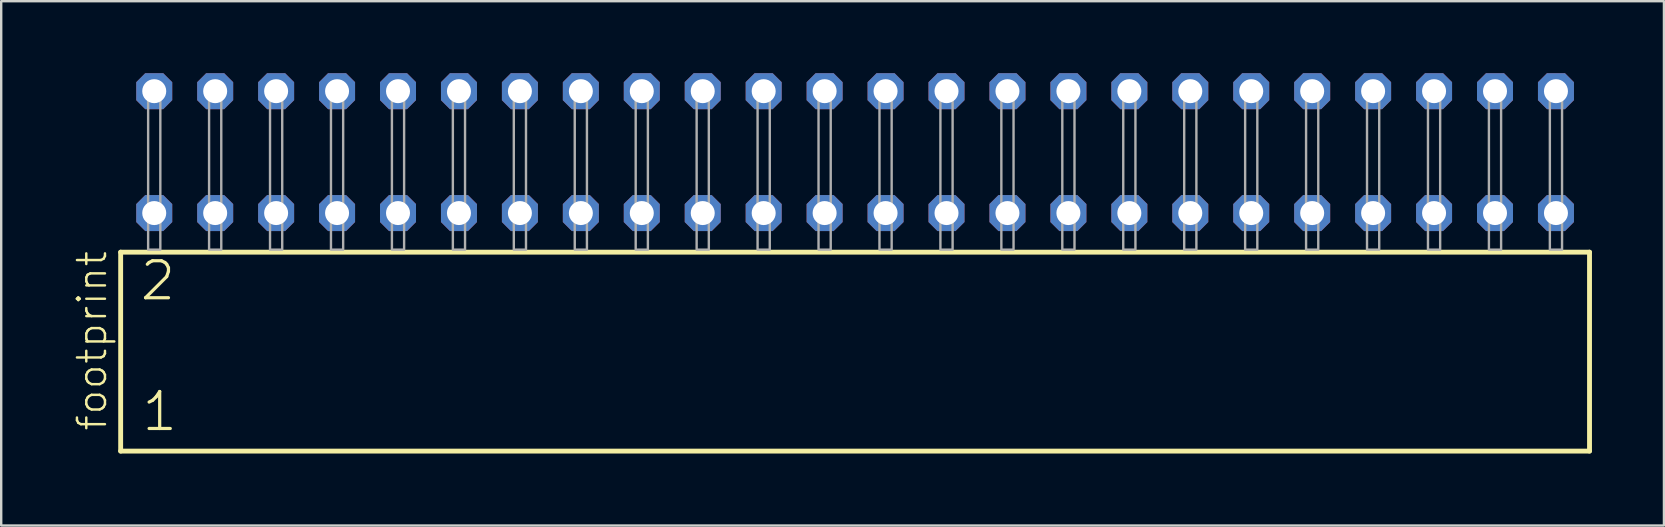
<source format=kicad_pcb>
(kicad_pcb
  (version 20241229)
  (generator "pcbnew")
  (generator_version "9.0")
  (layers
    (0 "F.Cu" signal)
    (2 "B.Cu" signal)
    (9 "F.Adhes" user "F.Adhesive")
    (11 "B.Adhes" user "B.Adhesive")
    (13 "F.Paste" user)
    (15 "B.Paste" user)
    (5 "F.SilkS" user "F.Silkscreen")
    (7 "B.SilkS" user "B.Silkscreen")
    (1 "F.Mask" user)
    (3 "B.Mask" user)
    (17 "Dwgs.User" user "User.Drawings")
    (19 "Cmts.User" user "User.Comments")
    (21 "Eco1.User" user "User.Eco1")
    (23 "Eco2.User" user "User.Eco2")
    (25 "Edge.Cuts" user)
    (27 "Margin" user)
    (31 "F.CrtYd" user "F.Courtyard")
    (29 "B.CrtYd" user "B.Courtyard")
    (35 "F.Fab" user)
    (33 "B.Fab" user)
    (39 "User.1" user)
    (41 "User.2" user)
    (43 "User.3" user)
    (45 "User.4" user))
  (footprint "footprint"
    (layer "F.Cu")
    (at 32.588 7.354)
    (property "Reference" "footprint" (at -31.115 7.62 90) (layer "F.SilkS") (effects (font (size 1.168 1.168) (thickness 0.102)) (justify left bottom)))
    (fp_line (start -30.609 0.106) (end -30.609 8.396) (stroke (width 0.203) (type solid)) (layer "F.SilkS"))
    (fp_line (start -30.609 8.396) (end 30.609 8.396) (stroke (width 0.203) (type solid)) (layer "F.SilkS"))
    (fp_line (start 30.609 0.106) (end -30.609 0.106) (stroke (width 0.203) (type solid)) (layer "F.SilkS"))
    (fp_line (start 30.609 8.396) (end 30.609 0.106) (stroke (width 0.203) (type solid)) (layer "F.SilkS"))
    (fp_poly (pts (xy -29.464 0) (xy -28.956 0) (xy -28.956 -6.858) (xy -29.464 -6.858)) (stroke (width 0.1) (type solid)) (fill no) (layer "F.Fab"))
    (fp_poly (pts (xy -26.924 0) (xy -26.416 0) (xy -26.416 -6.858) (xy -26.924 -6.858)) (stroke (width 0.1) (type solid)) (fill no) (layer "F.Fab"))
    (fp_poly (pts (xy -24.384 0) (xy -23.876 0) (xy -23.876 -6.858) (xy -24.384 -6.858)) (stroke (width 0.1) (type solid)) (fill no) (layer "F.Fab"))
    (fp_poly (pts (xy -21.844 0) (xy -21.336 0) (xy -21.336 -6.858) (xy -21.844 -6.858)) (stroke (width 0.1) (type solid)) (fill no) (layer "F.Fab"))
    (fp_poly (pts (xy -19.304 0) (xy -18.796 0) (xy -18.796 -6.858) (xy -19.304 -6.858)) (stroke (width 0.1) (type solid)) (fill no) (layer "F.Fab"))
    (fp_poly (pts (xy -16.764 0) (xy -16.256 0) (xy -16.256 -6.858) (xy -16.764 -6.858)) (stroke (width 0.1) (type solid)) (fill no) (layer "F.Fab"))
    (fp_poly (pts (xy -14.224 0) (xy -13.716 0) (xy -13.716 -6.858) (xy -14.224 -6.858)) (stroke (width 0.1) (type solid)) (fill no) (layer "F.Fab"))
    (fp_poly (pts (xy -11.684 0) (xy -11.176 0) (xy -11.176 -6.858) (xy -11.684 -6.858)) (stroke (width 0.1) (type solid)) (fill no) (layer "F.Fab"))
    (fp_poly (pts (xy -9.144 0) (xy -8.636 0) (xy -8.636 -6.858) (xy -9.144 -6.858)) (stroke (width 0.1) (type solid)) (fill no) (layer "F.Fab"))
    (fp_poly (pts (xy -6.604 0) (xy -6.096 0) (xy -6.096 -6.858) (xy -6.604 -6.858)) (stroke (width 0.1) (type solid)) (fill no) (layer "F.Fab"))
    (fp_poly (pts (xy -4.064 0) (xy -3.556 0) (xy -3.556 -6.858) (xy -4.064 -6.858)) (stroke (width 0.1) (type solid)) (fill no) (layer "F.Fab"))
    (fp_poly (pts (xy -1.524 0) (xy -1.016 0) (xy -1.016 -6.858) (xy -1.524 -6.858)) (stroke (width 0.1) (type solid)) (fill no) (layer "F.Fab"))
    (fp_poly (pts (xy 1.016 0) (xy 1.524 0) (xy 1.524 -6.858) (xy 1.016 -6.858)) (stroke (width 0.1) (type solid)) (fill no) (layer "F.Fab"))
    (fp_poly (pts (xy 3.556 0) (xy 4.064 0) (xy 4.064 -6.858) (xy 3.556 -6.858)) (stroke (width 0.1) (type solid)) (fill no) (layer "F.Fab"))
    (fp_poly (pts (xy 6.096 0) (xy 6.604 0) (xy 6.604 -6.858) (xy 6.096 -6.858)) (stroke (width 0.1) (type solid)) (fill no) (layer "F.Fab"))
    (fp_poly (pts (xy 8.636 0) (xy 9.144 0) (xy 9.144 -6.858) (xy 8.636 -6.858)) (stroke (width 0.1) (type solid)) (fill no) (layer "F.Fab"))
    (fp_poly (pts (xy 11.176 0) (xy 11.684 0) (xy 11.684 -6.858) (xy 11.176 -6.858)) (stroke (width 0.1) (type solid)) (fill no) (layer "F.Fab"))
    (fp_poly (pts (xy 13.716 0) (xy 14.224 0) (xy 14.224 -6.858) (xy 13.716 -6.858)) (stroke (width 0.1) (type solid)) (fill no) (layer "F.Fab"))
    (fp_poly (pts (xy 16.256 0) (xy 16.764 0) (xy 16.764 -6.858) (xy 16.256 -6.858)) (stroke (width 0.1) (type solid)) (fill no) (layer "F.Fab"))
    (fp_poly (pts (xy 18.796 0) (xy 19.304 0) (xy 19.304 -6.858) (xy 18.796 -6.858)) (stroke (width 0.1) (type solid)) (fill no) (layer "F.Fab"))
    (fp_poly (pts (xy 21.336 0) (xy 21.844 0) (xy 21.844 -6.858) (xy 21.336 -6.858)) (stroke (width 0.1) (type solid)) (fill no) (layer "F.Fab"))
    (fp_poly (pts (xy 23.876 0) (xy 24.384 0) (xy 24.384 -6.858) (xy 23.876 -6.858)) (stroke (width 0.1) (type solid)) (fill no) (layer "F.Fab"))
    (fp_poly (pts (xy 26.416 0) (xy 26.924 0) (xy 26.924 -6.858) (xy 26.416 -6.858)) (stroke (width 0.1) (type solid)) (fill no) (layer "F.Fab"))
    (fp_poly (pts (xy 28.956 0) (xy 29.464 0) (xy 29.464 -6.858) (xy 28.956 -6.858)) (stroke (width 0.1) (type solid)) (fill no) (layer "F.Fab"))
    (fp_text user "2" (at -29.88 2.2 0) (layer "F.SilkS") (effects (font (size 1.542 1.542) (thickness 0.134)) (justify left bottom)))
    (fp_text user "1" (at -29.805 7.65 0) (layer "F.SilkS") (effects (font (size 1.542 1.542) (thickness 0.134)) (justify left bottom)))
    (pad "1" thru_hole roundrect (at -29.21 -1.524) (size 1.5 1.5) (drill 1) (layers "*.Cu" "*.Mask") (roundrect_rratio 0.25) (chamfer_ratio 0.25) (chamfer top_left top_right bottom_left bottom_right))
    (pad "2" thru_hole roundrect (at -29.21 -6.604) (size 1.5 1.5) (drill 1) (layers "*.Cu" "*.Mask") (roundrect_rratio 0.25) (chamfer_ratio 0.25) (chamfer top_left top_right bottom_left bottom_right))
    (pad "3" thru_hole roundrect (at -26.67 -1.524) (size 1.5 1.5) (drill 1) (layers "*.Cu" "*.Mask") (roundrect_rratio 0.25) (chamfer_ratio 0.25) (chamfer top_left top_right bottom_left bottom_right))
    (pad "4" thru_hole roundrect (at -26.67 -6.604) (size 1.5 1.5) (drill 1) (layers "*.Cu" "*.Mask") (roundrect_rratio 0.25) (chamfer_ratio 0.25) (chamfer top_left top_right bottom_left bottom_right))
    (pad "5" thru_hole roundrect (at -24.13 -1.524) (size 1.5 1.5) (drill 1) (layers "*.Cu" "*.Mask") (roundrect_rratio 0.25) (chamfer_ratio 0.25) (chamfer top_left top_right bottom_left bottom_right))
    (pad "6" thru_hole roundrect (at -24.13 -6.604) (size 1.5 1.5) (drill 1) (layers "*.Cu" "*.Mask") (roundrect_rratio 0.25) (chamfer_ratio 0.25) (chamfer top_left top_right bottom_left bottom_right))
    (pad "7" thru_hole roundrect (at -21.59 -1.524) (size 1.5 1.5) (drill 1) (layers "*.Cu" "*.Mask") (roundrect_rratio 0.25) (chamfer_ratio 0.25) (chamfer top_left top_right bottom_left bottom_right))
    (pad "8" thru_hole roundrect (at -21.59 -6.604) (size 1.5 1.5) (drill 1) (layers "*.Cu" "*.Mask") (roundrect_rratio 0.25) (chamfer_ratio 0.25) (chamfer top_left top_right bottom_left bottom_right))
    (pad "9" thru_hole roundrect (at -19.05 -1.524) (size 1.5 1.5) (drill 1) (layers "*.Cu" "*.Mask") (roundrect_rratio 0.25) (chamfer_ratio 0.25) (chamfer top_left top_right bottom_left bottom_right))
    (pad "10" thru_hole roundrect (at -19.05 -6.604) (size 1.5 1.5) (drill 1) (layers "*.Cu" "*.Mask") (roundrect_rratio 0.25) (chamfer_ratio 0.25) (chamfer top_left top_right bottom_left bottom_right))
    (pad "11" thru_hole roundrect (at -16.51 -1.524) (size 1.5 1.5) (drill 1) (layers "*.Cu" "*.Mask") (roundrect_rratio 0.25) (chamfer_ratio 0.25) (chamfer top_left top_right bottom_left bottom_right))
    (pad "12" thru_hole roundrect (at -16.51 -6.604) (size 1.5 1.5) (drill 1) (layers "*.Cu" "*.Mask") (roundrect_rratio 0.25) (chamfer_ratio 0.25) (chamfer top_left top_right bottom_left bottom_right))
    (pad "13" thru_hole roundrect (at -13.97 -1.524) (size 1.5 1.5) (drill 1) (layers "*.Cu" "*.Mask") (roundrect_rratio 0.25) (chamfer_ratio 0.25) (chamfer top_left top_right bottom_left bottom_right))
    (pad "14" thru_hole roundrect (at -13.97 -6.604) (size 1.5 1.5) (drill 1) (layers "*.Cu" "*.Mask") (roundrect_rratio 0.25) (chamfer_ratio 0.25) (chamfer top_left top_right bottom_left bottom_right))
    (pad "15" thru_hole roundrect (at -11.43 -1.524) (size 1.5 1.5) (drill 1) (layers "*.Cu" "*.Mask") (roundrect_rratio 0.25) (chamfer_ratio 0.25) (chamfer top_left top_right bottom_left bottom_right))
    (pad "16" thru_hole roundrect (at -11.43 -6.604) (size 1.5 1.5) (drill 1) (layers "*.Cu" "*.Mask") (roundrect_rratio 0.25) (chamfer_ratio 0.25) (chamfer top_left top_right bottom_left bottom_right))
    (pad "17" thru_hole roundrect (at -8.89 -1.524) (size 1.5 1.5) (drill 1) (layers "*.Cu" "*.Mask") (roundrect_rratio 0.25) (chamfer_ratio 0.25) (chamfer top_left top_right bottom_left bottom_right))
    (pad "18" thru_hole roundrect (at -8.89 -6.604) (size 1.5 1.5) (drill 1) (layers "*.Cu" "*.Mask") (roundrect_rratio 0.25) (chamfer_ratio 0.25) (chamfer top_left top_right bottom_left bottom_right))
    (pad "19" thru_hole roundrect (at -6.35 -1.524) (size 1.5 1.5) (drill 1) (layers "*.Cu" "*.Mask") (roundrect_rratio 0.25) (chamfer_ratio 0.25) (chamfer top_left top_right bottom_left bottom_right))
    (pad "20" thru_hole roundrect (at -6.35 -6.604) (size 1.5 1.5) (drill 1) (layers "*.Cu" "*.Mask") (roundrect_rratio 0.25) (chamfer_ratio 0.25) (chamfer top_left top_right bottom_left bottom_right))
    (pad "21" thru_hole roundrect (at -3.81 -1.524) (size 1.5 1.5) (drill 1) (layers "*.Cu" "*.Mask") (roundrect_rratio 0.25) (chamfer_ratio 0.25) (chamfer top_left top_right bottom_left bottom_right))
    (pad "22" thru_hole roundrect (at -3.81 -6.604) (size 1.5 1.5) (drill 1) (layers "*.Cu" "*.Mask") (roundrect_rratio 0.25) (chamfer_ratio 0.25) (chamfer top_left top_right bottom_left bottom_right))
    (pad "23" thru_hole roundrect (at -1.27 -1.524) (size 1.5 1.5) (drill 1) (layers "*.Cu" "*.Mask") (roundrect_rratio 0.25) (chamfer_ratio 0.25) (chamfer top_left top_right bottom_left bottom_right))
    (pad "24" thru_hole roundrect (at -1.27 -6.604) (size 1.5 1.5) (drill 1) (layers "*.Cu" "*.Mask") (roundrect_rratio 0.25) (chamfer_ratio 0.25) (chamfer top_left top_right bottom_left bottom_right))
    (pad "25" thru_hole roundrect (at 1.27 -1.524) (size 1.5 1.5) (drill 1) (layers "*.Cu" "*.Mask") (roundrect_rratio 0.25) (chamfer_ratio 0.25) (chamfer top_left top_right bottom_left bottom_right))
    (pad "26" thru_hole roundrect (at 1.27 -6.604) (size 1.5 1.5) (drill 1) (layers "*.Cu" "*.Mask") (roundrect_rratio 0.25) (chamfer_ratio 0.25) (chamfer top_left top_right bottom_left bottom_right))
    (pad "27" thru_hole roundrect (at 3.81 -1.524) (size 1.5 1.5) (drill 1) (layers "*.Cu" "*.Mask") (roundrect_rratio 0.25) (chamfer_ratio 0.25) (chamfer top_left top_right bottom_left bottom_right))
    (pad "28" thru_hole roundrect (at 3.81 -6.604) (size 1.5 1.5) (drill 1) (layers "*.Cu" "*.Mask") (roundrect_rratio 0.25) (chamfer_ratio 0.25) (chamfer top_left top_right bottom_left bottom_right))
    (pad "29" thru_hole roundrect (at 6.35 -1.524) (size 1.5 1.5) (drill 1) (layers "*.Cu" "*.Mask") (roundrect_rratio 0.25) (chamfer_ratio 0.25) (chamfer top_left top_right bottom_left bottom_right))
    (pad "30" thru_hole roundrect (at 6.35 -6.604) (size 1.5 1.5) (drill 1) (layers "*.Cu" "*.Mask") (roundrect_rratio 0.25) (chamfer_ratio 0.25) (chamfer top_left top_right bottom_left bottom_right))
    (pad "31" thru_hole roundrect (at 8.89 -1.524) (size 1.5 1.5) (drill 1) (layers "*.Cu" "*.Mask") (roundrect_rratio 0.25) (chamfer_ratio 0.25) (chamfer top_left top_right bottom_left bottom_right))
    (pad "32" thru_hole roundrect (at 8.89 -6.604) (size 1.5 1.5) (drill 1) (layers "*.Cu" "*.Mask") (roundrect_rratio 0.25) (chamfer_ratio 0.25) (chamfer top_left top_right bottom_left bottom_right))
    (pad "33" thru_hole roundrect (at 11.43 -1.524) (size 1.5 1.5) (drill 1) (layers "*.Cu" "*.Mask") (roundrect_rratio 0.25) (chamfer_ratio 0.25) (chamfer top_left top_right bottom_left bottom_right))
    (pad "34" thru_hole roundrect (at 11.43 -6.604) (size 1.5 1.5) (drill 1) (layers "*.Cu" "*.Mask") (roundrect_rratio 0.25) (chamfer_ratio 0.25) (chamfer top_left top_right bottom_left bottom_right))
    (pad "35" thru_hole roundrect (at 13.97 -1.524) (size 1.5 1.5) (drill 1) (layers "*.Cu" "*.Mask") (roundrect_rratio 0.25) (chamfer_ratio 0.25) (chamfer top_left top_right bottom_left bottom_right))
    (pad "36" thru_hole roundrect (at 13.97 -6.604) (size 1.5 1.5) (drill 1) (layers "*.Cu" "*.Mask") (roundrect_rratio 0.25) (chamfer_ratio 0.25) (chamfer top_left top_right bottom_left bottom_right))
    (pad "37" thru_hole roundrect (at 16.51 -1.524) (size 1.5 1.5) (drill 1) (layers "*.Cu" "*.Mask") (roundrect_rratio 0.25) (chamfer_ratio 0.25) (chamfer top_left top_right bottom_left bottom_right))
    (pad "38" thru_hole roundrect (at 16.51 -6.604) (size 1.5 1.5) (drill 1) (layers "*.Cu" "*.Mask") (roundrect_rratio 0.25) (chamfer_ratio 0.25) (chamfer top_left top_right bottom_left bottom_right))
    (pad "39" thru_hole roundrect (at 19.05 -1.524) (size 1.5 1.5) (drill 1) (layers "*.Cu" "*.Mask") (roundrect_rratio 0.25) (chamfer_ratio 0.25) (chamfer top_left top_right bottom_left bottom_right))
    (pad "40" thru_hole roundrect (at 19.05 -6.604) (size 1.5 1.5) (drill 1) (layers "*.Cu" "*.Mask") (roundrect_rratio 0.25) (chamfer_ratio 0.25) (chamfer top_left top_right bottom_left bottom_right))
    (pad "41" thru_hole roundrect (at 21.59 -1.524) (size 1.5 1.5) (drill 1) (layers "*.Cu" "*.Mask") (roundrect_rratio 0.25) (chamfer_ratio 0.25) (chamfer top_left top_right bottom_left bottom_right))
    (pad "42" thru_hole roundrect (at 21.59 -6.604) (size 1.5 1.5) (drill 1) (layers "*.Cu" "*.Mask") (roundrect_rratio 0.25) (chamfer_ratio 0.25) (chamfer top_left top_right bottom_left bottom_right))
    (pad "43" thru_hole roundrect (at 24.13 -1.524) (size 1.5 1.5) (drill 1) (layers "*.Cu" "*.Mask") (roundrect_rratio 0.25) (chamfer_ratio 0.25) (chamfer top_left top_right bottom_left bottom_right))
    (pad "44" thru_hole roundrect (at 24.13 -6.604) (size 1.5 1.5) (drill 1) (layers "*.Cu" "*.Mask") (roundrect_rratio 0.25) (chamfer_ratio 0.25) (chamfer top_left top_right bottom_left bottom_right))
    (pad "45" thru_hole roundrect (at 26.67 -1.524) (size 1.5 1.5) (drill 1) (layers "*.Cu" "*.Mask") (roundrect_rratio 0.25) (chamfer_ratio 0.25) (chamfer top_left top_right bottom_left bottom_right))
    (pad "46" thru_hole roundrect (at 26.67 -6.604) (size 1.5 1.5) (drill 1) (layers "*.Cu" "*.Mask") (roundrect_rratio 0.25) (chamfer_ratio 0.25) (chamfer top_left top_right bottom_left bottom_right))
    (pad "47" thru_hole roundrect (at 29.21 -1.524) (size 1.5 1.5) (drill 1) (layers "*.Cu" "*.Mask") (roundrect_rratio 0.25) (chamfer_ratio 0.25) (chamfer top_left top_right bottom_left bottom_right))
    (pad "48" thru_hole roundrect (at 29.21 -6.604) (size 1.5 1.5) (drill 1) (layers "*.Cu" "*.Mask") (roundrect_rratio 0.25) (chamfer_ratio 0.25) (chamfer top_left top_right bottom_left bottom_right)))
  (gr_rect
    (start -3 -3)
    (end 66.299 18.852)
    (stroke (width 0.1) (type default))
    (fill no)
    (layer "Edge.Cuts")))
</source>
